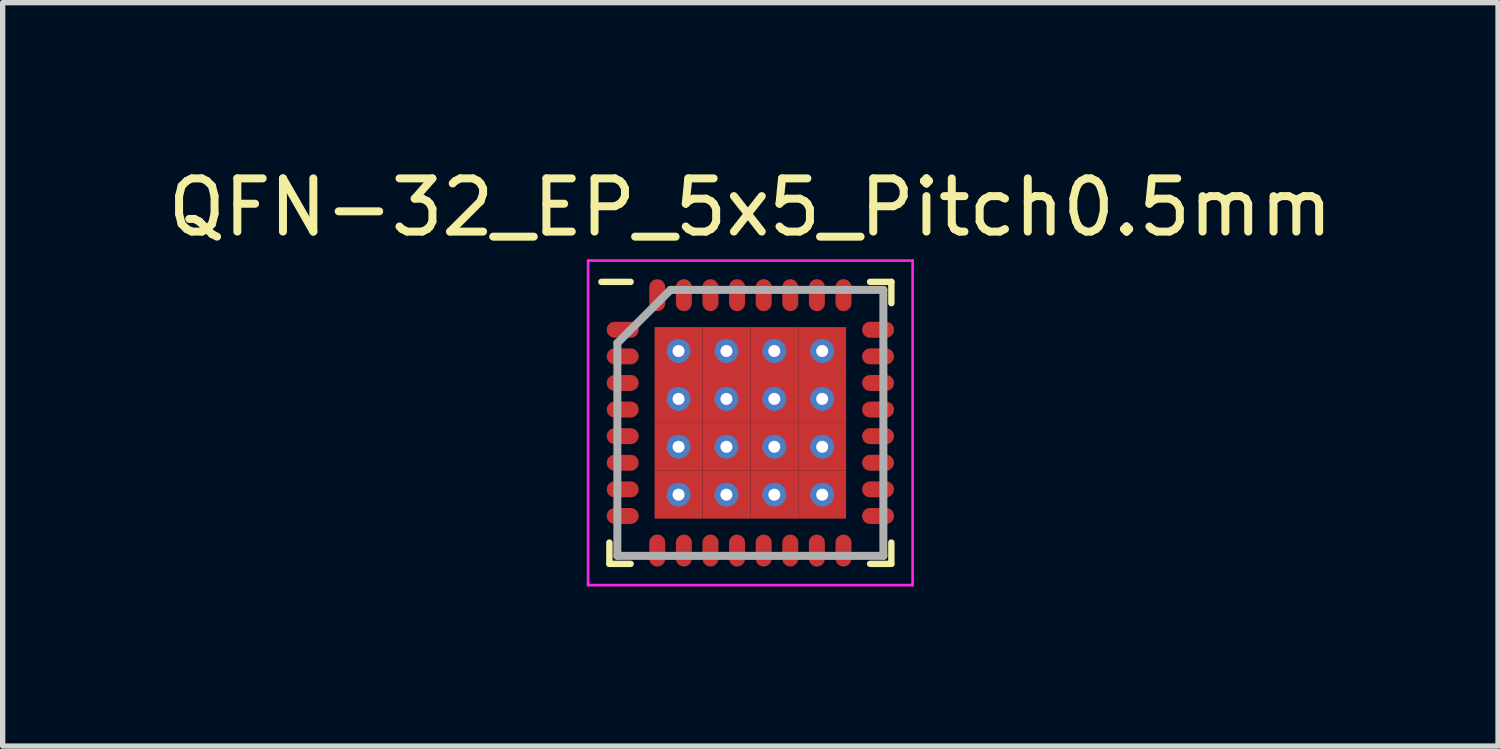
<source format=kicad_pcb>
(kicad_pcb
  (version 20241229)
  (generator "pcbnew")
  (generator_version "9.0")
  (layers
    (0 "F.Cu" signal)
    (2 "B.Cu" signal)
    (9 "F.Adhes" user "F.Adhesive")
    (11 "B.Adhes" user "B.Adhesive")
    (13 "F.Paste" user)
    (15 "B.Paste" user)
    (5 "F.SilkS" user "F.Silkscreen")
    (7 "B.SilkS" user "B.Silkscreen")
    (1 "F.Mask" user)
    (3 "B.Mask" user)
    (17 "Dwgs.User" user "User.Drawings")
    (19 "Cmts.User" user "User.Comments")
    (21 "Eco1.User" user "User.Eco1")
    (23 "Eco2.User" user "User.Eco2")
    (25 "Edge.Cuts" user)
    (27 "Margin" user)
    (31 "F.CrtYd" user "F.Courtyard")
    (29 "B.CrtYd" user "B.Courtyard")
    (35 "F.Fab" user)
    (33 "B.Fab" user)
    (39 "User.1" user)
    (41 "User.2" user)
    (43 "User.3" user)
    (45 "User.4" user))
  (footprint "QFN-32_EP_5x5_Pitch0.5mm"
    (layer "F.Cu")
    (at 11.054 4.898)
    (property "Reference" "QFN-32_EP_5x5_Pitch0.5mm" (at 0 -4.05 0) (layer "F.SilkS") (effects (font (size 1 1) (thickness 0.15))))
    (attr smd)
    (fp_line (start -2.65 2.65) (end -2.65 2.25) (stroke (width 0.12) (type solid)) (layer "F.SilkS"))
    (fp_line (start -2.25 -2.65) (end -2.8 -2.65) (stroke (width 0.12) (type solid)) (layer "F.SilkS"))
    (fp_line (start -2.25 2.65) (end -2.65 2.65) (stroke (width 0.12) (type solid)) (layer "F.SilkS"))
    (fp_line (start 2.25 -2.65) (end 2.65 -2.65) (stroke (width 0.12) (type solid)) (layer "F.SilkS"))
    (fp_line (start 2.25 2.65) (end 2.65 2.65) (stroke (width 0.12) (type solid)) (layer "F.SilkS"))
    (fp_line (start 2.65 -2.65) (end 2.65 -2.25) (stroke (width 0.12) (type solid)) (layer "F.SilkS"))
    (fp_line (start 2.65 2.65) (end 2.65 2.25) (stroke (width 0.12) (type solid)) (layer "F.SilkS"))
    (fp_line (start -3.05 -3.05) (end 3.05 -3.05) (stroke (width 0.05) (type solid)) (layer "F.CrtYd"))
    (fp_line (start -3.05 3.05) (end -3.05 -3.05) (stroke (width 0.05) (type solid)) (layer "F.CrtYd"))
    (fp_line (start 3.05 -3.05) (end 3.05 3.05) (stroke (width 0.05) (type solid)) (layer "F.CrtYd"))
    (fp_line (start 3.05 3.05) (end -3.05 3.05) (stroke (width 0.05) (type solid)) (layer "F.CrtYd"))
    (fp_line (start -2.5 -1.5) (end -2.5 2.5) (stroke (width 0.15) (type solid)) (layer "F.Fab"))
    (fp_line (start -2.5 2.5) (end 2.5 2.5) (stroke (width 0.15) (type solid)) (layer "F.Fab"))
    (fp_line (start -1.5 -2.5) (end -2.5 -1.5) (stroke (width 0.15) (type solid)) (layer "F.Fab"))
    (fp_line (start 2.5 -2.5) (end -1.5 -2.5) (stroke (width 0.15) (type solid)) (layer "F.Fab"))
    (fp_line (start 2.5 2.5) (end 2.5 -2.5) (stroke (width 0.15) (type solid)) (layer "F.Fab"))
    (pad "1" smd oval (at -2.4 -1.75 90) (size 0.3 0.6) (layers "F.Cu" "F.Mask" "F.Paste"))
    (pad "2" smd oval (at -2.4 -1.25 90) (size 0.3 0.6) (layers "F.Cu" "F.Mask" "F.Paste"))
    (pad "3" smd oval (at -2.4 -0.75 90) (size 0.3 0.6) (layers "F.Cu" "F.Mask" "F.Paste"))
    (pad "4" smd oval (at -2.4 -0.25 90) (size 0.3 0.6) (layers "F.Cu" "F.Mask" "F.Paste"))
    (pad "5" smd oval (at -2.4 0.25 90) (size 0.3 0.6) (layers "F.Cu" "F.Mask" "F.Paste"))
    (pad "6" smd oval (at -2.4 0.75 90) (size 0.3 0.6) (layers "F.Cu" "F.Mask" "F.Paste"))
    (pad "7" smd oval (at -2.4 1.25 90) (size 0.3 0.6) (layers "F.Cu" "F.Mask" "F.Paste"))
    (pad "8" smd oval (at -2.4 1.75 90) (size 0.3 0.6) (layers "F.Cu" "F.Mask" "F.Paste"))
    (pad "9" smd oval (at -1.75 2.4) (size 0.3 0.6) (layers "F.Cu" "F.Mask" "F.Paste"))
    (pad "10" smd oval (at -1.25 2.4) (size 0.3 0.6) (layers "F.Cu" "F.Mask" "F.Paste"))
    (pad "11" smd oval (at -0.75 2.4) (size 0.3 0.6) (layers "F.Cu" "F.Mask" "F.Paste"))
    (pad "12" smd oval (at -0.25 2.4) (size 0.3 0.6) (layers "F.Cu" "F.Mask" "F.Paste"))
    (pad "13" smd oval (at 0.25 2.4) (size 0.3 0.6) (layers "F.Cu" "F.Mask" "F.Paste"))
    (pad "14" smd oval (at 0.75 2.4) (size 0.3 0.6) (layers "F.Cu" "F.Mask" "F.Paste"))
    (pad "15" smd oval (at 1.25 2.4) (size 0.3 0.6) (layers "F.Cu" "F.Mask" "F.Paste"))
    (pad "16" smd oval (at 1.75 2.4) (size 0.3 0.6) (layers "F.Cu" "F.Mask" "F.Paste"))
    (pad "17" smd oval (at 2.4 1.75 90) (size 0.3 0.6) (layers "F.Cu" "F.Mask" "F.Paste"))
    (pad "18" smd oval (at 2.4 1.25 90) (size 0.3 0.6) (layers "F.Cu" "F.Mask" "F.Paste"))
    (pad "19" smd oval (at 2.4 0.75 90) (size 0.3 0.6) (layers "F.Cu" "F.Mask" "F.Paste"))
    (pad "20" smd oval (at 2.4 0.25 90) (size 0.3 0.6) (layers "F.Cu" "F.Mask" "F.Paste"))
    (pad "21" smd oval (at 2.4 -0.25 90) (size 0.3 0.6) (layers "F.Cu" "F.Mask" "F.Paste"))
    (pad "22" smd oval (at 2.4 -0.75 90) (size 0.3 0.6) (layers "F.Cu" "F.Mask" "F.Paste"))
    (pad "23" smd oval (at 2.4 -1.25 90) (size 0.3 0.6) (layers "F.Cu" "F.Mask" "F.Paste"))
    (pad "24" smd oval (at 2.4 -1.75 90) (size 0.3 0.6) (layers "F.Cu" "F.Mask" "F.Paste"))
    (pad "25" smd oval (at 1.75 -2.4) (size 0.3 0.6) (layers "F.Cu" "F.Mask" "F.Paste"))
    (pad "26" smd oval (at 1.25 -2.4) (size 0.3 0.6) (layers "F.Cu" "F.Mask" "F.Paste"))
    (pad "27" smd oval (at 0.75 -2.4) (size 0.3 0.6) (layers "F.Cu" "F.Mask" "F.Paste"))
    (pad "28" smd oval (at 0.25 -2.4) (size 0.3 0.6) (layers "F.Cu" "F.Mask" "F.Paste"))
    (pad "29" smd oval (at -0.25 -2.4) (size 0.3 0.6) (layers "F.Cu" "F.Mask" "F.Paste"))
    (pad "30" smd oval (at -0.75 -2.4) (size 0.3 0.6) (layers "F.Cu" "F.Mask" "F.Paste"))
    (pad "31" smd oval (at -1.25 -2.4) (size 0.3 0.6) (layers "F.Cu" "F.Mask" "F.Paste"))
    (pad "32" smd oval (at -1.75 -2.4) (size 0.3 0.6) (layers "F.Cu" "F.Mask" "F.Paste"))
    (pad "33" thru_hole circle (at -1.35 -1.35) (size 0.45 0.45) (drill 0.225) (layers "*.Cu" "*.Mask"))
    (pad "33" smd rect (at -1.35 -1.35) (size 0.9 0.9) (layers "F.Cu" "F.Mask" "F.Paste"))
    (pad "33" thru_hole circle (at -1.35 -0.45) (size 0.45 0.45) (drill 0.225) (layers "*.Cu" "*.Mask"))
    (pad "33" smd rect (at -1.35 -0.45) (size 0.9 0.9) (layers "F.Cu" "F.Mask" "F.Paste"))
    (pad "33" thru_hole circle (at -1.35 0.45) (size 0.45 0.45) (drill 0.225) (layers "*.Cu" "*.Mask"))
    (pad "33" smd rect (at -1.35 0.45) (size 0.9 0.9) (layers "F.Cu" "F.Mask" "F.Paste"))
    (pad "33" thru_hole circle (at -1.35 1.35) (size 0.45 0.45) (drill 0.225) (layers "*.Cu" "*.Mask"))
    (pad "33" smd rect (at -1.35 1.35) (size 0.9 0.9) (layers "F.Cu" "F.Mask" "F.Paste"))
    (pad "33" thru_hole circle (at -0.45 -1.35) (size 0.45 0.45) (drill 0.225) (layers "*.Cu" "*.Mask"))
    (pad "33" smd rect (at -0.45 -1.35) (size 0.9 0.9) (layers "F.Cu" "F.Mask" "F.Paste"))
    (pad "33" thru_hole circle (at -0.45 -0.45) (size 0.45 0.45) (drill 0.225) (layers "*.Cu" "*.Mask"))
    (pad "33" smd rect (at -0.45 -0.45) (size 0.9 0.9) (layers "F.Cu" "F.Mask" "F.Paste"))
    (pad "33" thru_hole circle (at -0.45 0.45) (size 0.45 0.45) (drill 0.225) (layers "*.Cu" "*.Mask"))
    (pad "33" smd rect (at -0.45 0.45) (size 0.9 0.9) (layers "F.Cu" "F.Mask" "F.Paste"))
    (pad "33" thru_hole circle (at -0.45 1.35) (size 0.45 0.45) (drill 0.225) (layers "*.Cu" "*.Mask"))
    (pad "33" smd rect (at -0.45 1.35) (size 0.9 0.9) (layers "F.Cu" "F.Mask" "F.Paste"))
    (pad "33" thru_hole circle (at 0.45 -1.35) (size 0.45 0.45) (drill 0.225) (layers "*.Cu" "*.Mask"))
    (pad "33" smd rect (at 0.45 -1.35) (size 0.9 0.9) (layers "F.Cu" "F.Mask" "F.Paste"))
    (pad "33" thru_hole circle (at 0.45 -0.45) (size 0.45 0.45) (drill 0.225) (layers "*.Cu" "*.Mask"))
    (pad "33" smd rect (at 0.45 -0.45) (size 0.9 0.9) (layers "F.Cu" "F.Mask" "F.Paste"))
    (pad "33" thru_hole circle (at 0.45 0.45) (size 0.45 0.45) (drill 0.225) (layers "*.Cu" "*.Mask"))
    (pad "33" smd rect (at 0.45 0.45) (size 0.9 0.9) (layers "F.Cu" "F.Mask" "F.Paste"))
    (pad "33" thru_hole circle (at 0.45 1.35) (size 0.45 0.45) (drill 0.225) (layers "*.Cu" "*.Mask"))
    (pad "33" smd rect (at 0.45 1.35) (size 0.9 0.9) (layers "F.Cu" "F.Mask" "F.Paste"))
    (pad "33" thru_hole circle (at 1.35 -1.35) (size 0.45 0.45) (drill 0.225) (layers "*.Cu" "*.Mask"))
    (pad "33" smd rect (at 1.35 -1.35) (size 0.9 0.9) (layers "F.Cu" "F.Mask" "F.Paste"))
    (pad "33" thru_hole circle (at 1.35 -0.45) (size 0.45 0.45) (drill 0.225) (layers "*.Cu" "*.Mask"))
    (pad "33" smd rect (at 1.35 -0.45) (size 0.9 0.9) (layers "F.Cu" "F.Mask" "F.Paste"))
    (pad "33" thru_hole circle (at 1.35 0.45) (size 0.45 0.45) (drill 0.225) (layers "*.Cu" "*.Mask"))
    (pad "33" smd rect (at 1.35 0.45) (size 0.9 0.9) (layers "F.Cu" "F.Mask" "F.Paste"))
    (pad "33" thru_hole circle (at 1.35 1.35) (size 0.45 0.45) (drill 0.225) (layers "*.Cu" "*.Mask"))
    (pad "33" smd rect (at 1.35 1.35) (size 0.9 0.9) (layers "F.Cu" "F.Mask" "F.Paste")))
  (gr_rect
    (start -3 -3)
    (end 25.107 10.973)
    (stroke (width 0.1) (type default))
    (fill no)
    (layer "Edge.Cuts")))
</source>
